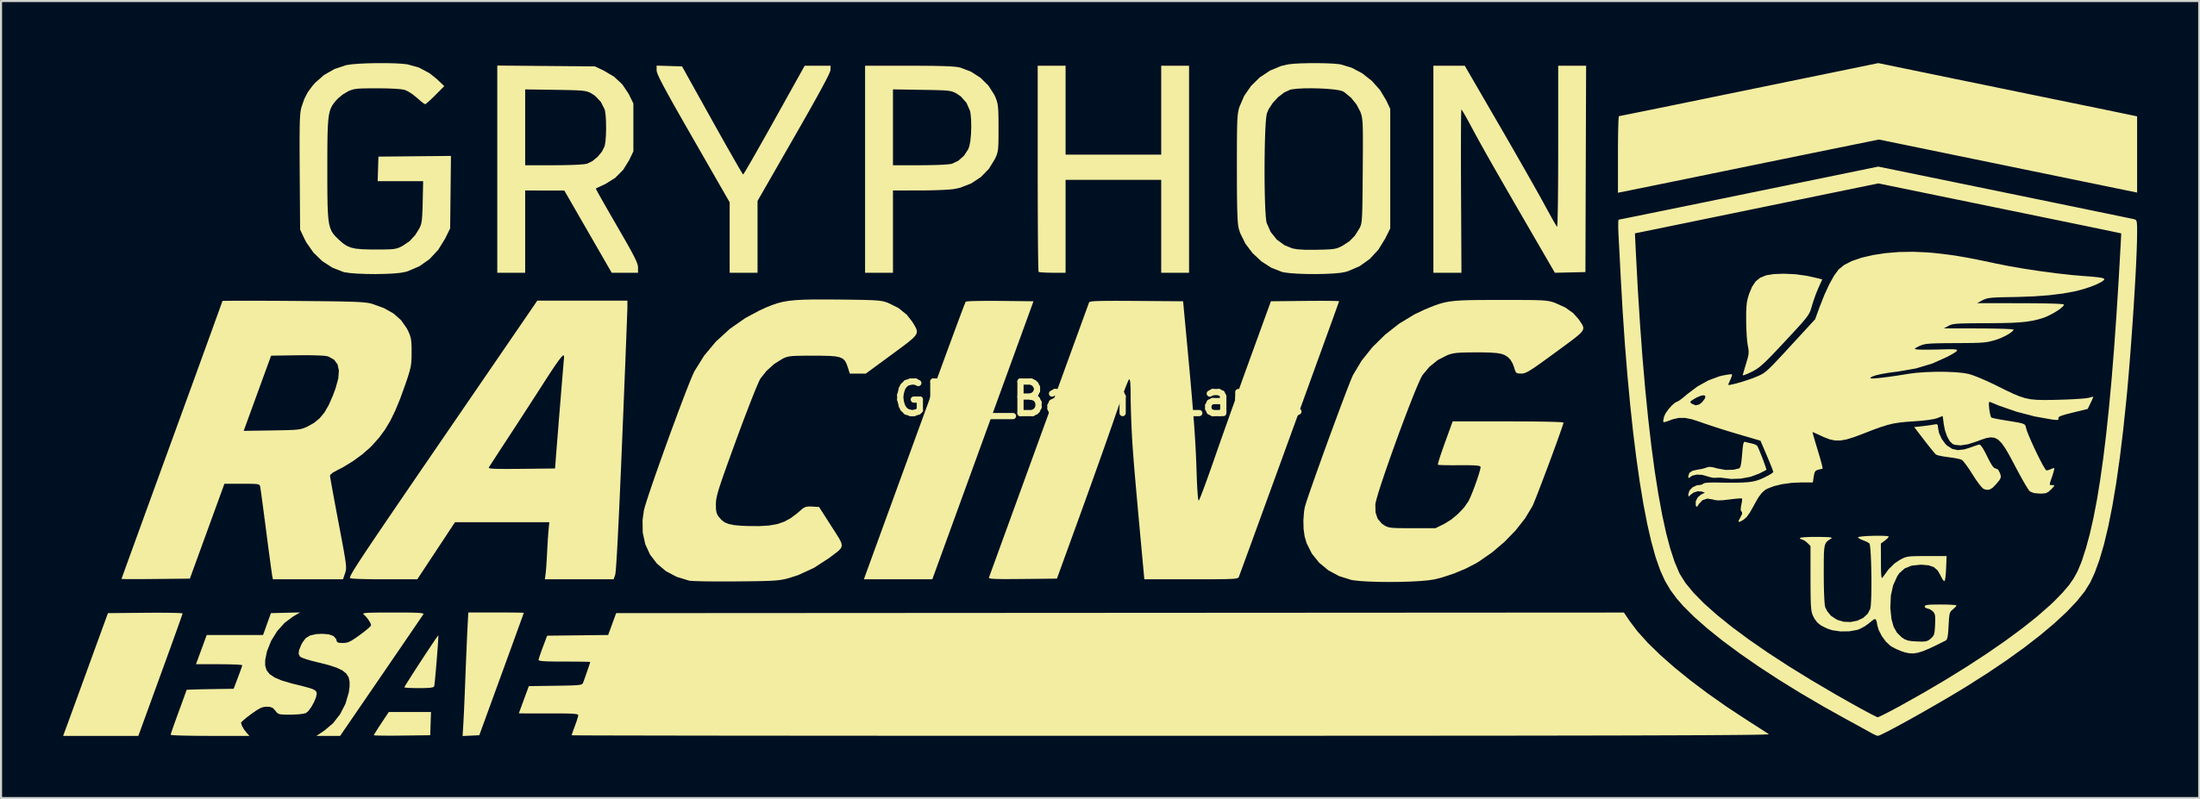
<source format=kicad_pcb>
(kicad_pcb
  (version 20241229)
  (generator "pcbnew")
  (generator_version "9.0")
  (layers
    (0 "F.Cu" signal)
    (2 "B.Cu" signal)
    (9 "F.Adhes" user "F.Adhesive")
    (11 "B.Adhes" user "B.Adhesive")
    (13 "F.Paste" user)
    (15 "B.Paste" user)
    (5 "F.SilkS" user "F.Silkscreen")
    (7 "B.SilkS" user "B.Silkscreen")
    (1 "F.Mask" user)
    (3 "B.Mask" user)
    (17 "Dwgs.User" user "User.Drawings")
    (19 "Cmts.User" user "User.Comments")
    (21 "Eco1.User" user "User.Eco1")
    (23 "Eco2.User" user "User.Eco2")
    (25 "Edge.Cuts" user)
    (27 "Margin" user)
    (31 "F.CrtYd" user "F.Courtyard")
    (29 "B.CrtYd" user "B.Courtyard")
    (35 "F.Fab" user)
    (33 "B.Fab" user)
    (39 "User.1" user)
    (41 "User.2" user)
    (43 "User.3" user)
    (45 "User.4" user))
  (footprint "GRC_BannerLarge"
    (layer "F.Cu")
    (at 50.092 16.226)
    (property "Reference" "GRC_BannerLarge" (at 0 0 0) (layer "F.SilkS") (effects (font (size 1.524 1.524) (thickness 0.3))))
    (attr board_only exclude_from_pos_files exclude_from_bom)
    (fp_poly (pts (xy -32.341 15.699) (xy -32.359 16.26) (xy -33.722 16.277) (xy -34.125 16.281) (xy -34.48 16.281) (xy -34.77 16.278) (xy -34.975 16.272) (xy -35.077 16.264) (xy -35.085 16.26) (xy -35.052 16.196) (xy -34.962 16.05) (xy -34.83 15.845) (xy -34.723 15.682) (xy -34.361 15.137) (xy -32.322 15.137)) (stroke (width 0) (type solid)) (fill yes) (layer "F.SilkS"))
    (fp_poly (pts (xy -1.668 -11.802) (xy 2.951 -11.802) (xy 2.951 -16.099) (xy 4.297 -16.099) (xy 4.297 -6.093) (xy 2.951 -6.093) (xy 2.951 -10.583) (xy -1.668 -10.583) (xy -1.668 -6.093) (xy -2.298 -6.093) (xy -2.571 -6.098) (xy -2.794 -6.109) (xy -2.937 -6.125) (xy -2.972 -6.136) (xy -2.979 -6.206) (xy -2.985 -6.393) (xy -2.991 -6.69) (xy -2.997 -7.085) (xy -3.002 -7.569) (xy -3.006 -8.131) (xy -3.009 -8.763) (xy -3.012 -9.454) (xy -3.014 -10.194) (xy -3.015 -10.973) (xy -3.015 -11.139) (xy -3.015 -16.099) (xy -1.668 -16.099)) (stroke (width 0) (type solid)) (fill yes) (layer "F.SilkS"))
    (fp_poly (pts (xy -45.238 10.34) (xy -44.877 10.344) (xy -44.594 10.35) (xy -44.404 10.36) (xy -44.323 10.371) (xy -44.322 10.373) (xy -44.343 10.441) (xy -44.404 10.618) (xy -44.501 10.892) (xy -44.629 11.251) (xy -44.784 11.683) (xy -44.962 12.176) (xy -45.159 12.719) (xy -45.37 13.3) (xy -45.391 13.357) (xy -46.459 16.292) (xy -50.092 16.292) (xy -49.933 15.859) (xy -49.876 15.705) (xy -49.781 15.445) (xy -49.654 15.096) (xy -49.499 14.673) (xy -49.324 14.191) (xy -49.132 13.665) (xy -48.93 13.112) (xy -48.851 12.892) (xy -47.928 10.359) (xy -46.125 10.342) (xy -45.659 10.339)) (stroke (width 0) (type solid)) (fill yes) (layer "F.SilkS"))
    (fp_poly (pts (xy -4.828 -4.732) (xy -3.218 -4.714) (xy -5.662 2.004) (xy -8.105 8.723) (xy -11.412 8.723) (xy -11.196 8.13) (xy -10.633 6.584) (xy -10.112 5.154) (xy -9.633 3.838) (xy -9.193 2.633) (xy -8.792 1.533) (xy -8.428 0.536) (xy -8.101 -0.361) (xy -7.807 -1.163) (xy -7.547 -1.872) (xy -7.319 -2.493) (xy -7.122 -3.029) (xy -6.954 -3.483) (xy -6.814 -3.859) (xy -6.701 -4.161) (xy -6.614 -4.392) (xy -6.551 -4.555) (xy -6.51 -4.655) (xy -6.491 -4.695) (xy -6.491 -4.696) (xy -6.414 -4.709) (xy -6.228 -4.721) (xy -5.949 -4.729) (xy -5.595 -4.733) (xy -5.185 -4.734)) (stroke (width 0) (type solid)) (fill yes) (layer "F.SilkS"))
    (fp_poly (pts (xy -31.967 11.501) (xy -31.976 11.671) (xy -31.992 11.921) (xy -32.015 12.227) (xy -32.041 12.564) (xy -32.069 12.908) (xy -32.098 13.236) (xy -32.124 13.523) (xy -32.147 13.745) (xy -32.164 13.879) (xy -32.169 13.903) (xy -32.225 13.941) (xy -32.373 13.967) (xy -32.626 13.98) (xy -32.903 13.983) (xy -33.186 13.98) (xy -33.416 13.971) (xy -33.565 13.959) (xy -33.61 13.946) (xy -33.577 13.882) (xy -33.486 13.732) (xy -33.348 13.514) (xy -33.176 13.244) (xy -32.981 12.942) (xy -32.775 12.626) (xy -32.57 12.314) (xy -32.377 12.023) (xy -32.209 11.772) (xy -32.077 11.578) (xy -31.993 11.461) (xy -31.969 11.434)) (stroke (width 0) (type solid)) (fill yes) (layer "F.SilkS"))
    (fp_poly (pts (xy -28.779 10.327) (xy -28.428 10.33) (xy -28.142 10.333) (xy -27.942 10.337) (xy -27.845 10.341) (xy -27.839 10.343) (xy -27.86 10.404) (xy -27.921 10.575) (xy -28.018 10.843) (xy -28.146 11.196) (xy -28.301 11.624) (xy -28.479 12.114) (xy -28.676 12.655) (xy -28.887 13.235) (xy -28.914 13.309) (xy -29.989 16.26) (xy -30.392 16.279) (xy -30.796 16.298) (xy -30.759 15.702) (xy -30.747 15.469) (xy -30.73 15.134) (xy -30.712 14.722) (xy -30.692 14.26) (xy -30.673 13.773) (xy -30.66 13.438) (xy -30.641 12.939) (xy -30.62 12.439) (xy -30.6 11.964) (xy -30.582 11.545) (xy -30.566 11.207) (xy -30.558 11.048) (xy -30.519 10.327) (xy -29.178 10.327)) (stroke (width 0) (type solid)) (fill yes) (layer "F.SilkS"))
    (fp_poly (pts (xy -20.809 -16.086) (xy -20.195 -16.067) (xy -18.741 -13.455) (xy -18.445 -12.926) (xy -18.168 -12.432) (xy -17.915 -11.986) (xy -17.693 -11.597) (xy -17.509 -11.277) (xy -17.369 -11.037) (xy -17.278 -10.889) (xy -17.244 -10.842) (xy -17.205 -10.896) (xy -17.111 -11.051) (xy -16.967 -11.296) (xy -16.779 -11.621) (xy -16.555 -12.014) (xy -16.3 -12.465) (xy -16.02 -12.962) (xy -15.737 -13.469) (xy -14.271 -16.099) (xy -13.646 -16.099) (xy -13.021 -16.099) (xy -13.021 -15.906) (xy -13.045 -15.816) (xy -13.12 -15.645) (xy -13.248 -15.389) (xy -13.431 -15.044) (xy -13.671 -14.605) (xy -13.97 -14.069) (xy -14.331 -13.431) (xy -14.756 -12.688) (xy -14.785 -12.638) (xy -16.548 -9.564) (xy -16.548 -6.093) (xy -17.895 -6.093) (xy -17.895 -9.498) (xy -19.659 -12.572) (xy -20.056 -13.265) (xy -20.393 -13.856) (xy -20.673 -14.353) (xy -20.901 -14.764) (xy -21.081 -15.097) (xy -21.219 -15.361) (xy -21.317 -15.563) (xy -21.381 -15.712) (xy -21.415 -15.816) (xy -21.423 -15.875) (xy -21.423 -16.104)) (stroke (width 0) (type solid)) (fill yes) (layer "F.SilkS"))
    (fp_poly (pts (xy 31.143 2.077) (xy 31.261 2.11) (xy 31.435 2.148) (xy 31.455 2.152) (xy 31.622 2.199) (xy 31.732 2.26) (xy 31.739 2.268) (xy 31.784 2.354) (xy 31.855 2.519) (xy 31.941 2.732) (xy 32.029 2.961) (xy 32.107 3.175) (xy 32.164 3.341) (xy 32.186 3.428) (xy 32.184 3.433) (xy 32.122 3.468) (xy 31.98 3.542) (xy 31.835 3.615) (xy 31.422 3.769) (xy 30.953 3.857) (xy 30.486 3.873) (xy 30.211 3.84) (xy 29.995 3.812) (xy 29.805 3.812) (xy 29.759 3.818) (xy 29.592 3.816) (xy 29.393 3.767) (xy 29.36 3.754) (xy 29.086 3.676) (xy 28.821 3.663) (xy 28.606 3.714) (xy 28.532 3.762) (xy 28.445 3.831) (xy 28.417 3.803) (xy 28.415 3.738) (xy 28.465 3.581) (xy 28.62 3.477) (xy 28.877 3.421) (xy 29.087 3.385) (xy 29.264 3.334) (xy 29.296 3.32) (xy 29.418 3.288) (xy 29.585 3.304) (xy 29.819 3.365) (xy 30.21 3.438) (xy 30.601 3.428) (xy 30.886 3.358) (xy 30.934 3.275) (xy 30.975 3.066) (xy 31.009 2.735) (xy 31.013 2.686) (xy 31.039 2.382) (xy 31.067 2.19) (xy 31.1 2.094) (xy 31.142 2.076)) (stroke (width 0) (type solid)) (fill yes) (layer "F.SilkS"))
    (fp_poly (pts (xy 33.036 -6.046) (xy 33.594 -6.021) (xy 34.134 -5.946) (xy 34.648 -5.831) (xy 34.884 -5.77) (xy 34.698 -5.359) (xy 34.578 -5.069) (xy 34.46 -4.736) (xy 34.385 -4.494) (xy 34.345 -4.355) (xy 34.303 -4.235) (xy 34.247 -4.12) (xy 34.168 -3.994) (xy 34.053 -3.845) (xy 33.893 -3.656) (xy 33.676 -3.415) (xy 33.391 -3.107) (xy 33.093 -2.786) (xy 32.731 -2.399) (xy 32.441 -2.094) (xy 32.209 -1.859) (xy 32.021 -1.682) (xy 31.864 -1.548) (xy 31.724 -1.446) (xy 31.586 -1.363) (xy 31.486 -1.311) (xy 31.278 -1.212) (xy 31.123 -1.15) (xy 31.048 -1.133) (xy 31.044 -1.138) (xy 31.062 -1.218) (xy 31.11 -1.388) (xy 31.179 -1.617) (xy 31.204 -1.7) (xy 31.283 -1.966) (xy 31.323 -2.156) (xy 31.329 -2.315) (xy 31.305 -2.487) (xy 31.288 -2.566) (xy 31.259 -2.766) (xy 31.234 -3.058) (xy 31.217 -3.401) (xy 31.209 -3.759) (xy 31.209 -3.784) (xy 31.21 -4.163) (xy 31.221 -4.447) (xy 31.245 -4.668) (xy 31.286 -4.861) (xy 31.346 -5.057) (xy 31.35 -5.07) (xy 31.494 -5.415) (xy 31.666 -5.673) (xy 31.886 -5.853) (xy 32.173 -5.969) (xy 32.546 -6.029) (xy 33.023 -6.046)) (stroke (width 0) (type solid)) (fill yes) (layer "F.SilkS"))
    (fp_poly (pts (xy 40.464 1.265) (xy 40.475 1.387) (xy 40.525 1.653) (xy 40.655 1.937) (xy 40.836 2.186) (xy 40.915 2.261) (xy 41.166 2.421) (xy 41.435 2.48) (xy 41.749 2.443) (xy 41.968 2.376) (xy 42.189 2.299) (xy 42.369 2.238) (xy 42.462 2.209) (xy 42.532 2.241) (xy 42.632 2.374) (xy 42.766 2.614) (xy 42.846 2.776) (xy 42.992 3.061) (xy 43.102 3.243) (xy 43.19 3.34) (xy 43.263 3.367) (xy 43.379 3.42) (xy 43.468 3.588) (xy 43.469 3.591) (xy 43.508 3.723) (xy 43.502 3.824) (xy 43.438 3.938) (xy 43.302 4.104) (xy 43.111 4.302) (xy 42.947 4.395) (xy 42.783 4.393) (xy 42.67 4.349) (xy 42.58 4.267) (xy 42.445 4.1) (xy 42.284 3.873) (xy 42.139 3.647) (xy 41.973 3.389) (xy 41.818 3.17) (xy 41.694 3.013) (xy 41.624 2.948) (xy 41.502 2.909) (xy 41.292 2.866) (xy 41.036 2.828) (xy 40.978 2.821) (xy 40.724 2.785) (xy 40.515 2.742) (xy 40.387 2.699) (xy 40.372 2.69) (xy 40.301 2.613) (xy 40.171 2.456) (xy 40 2.243) (xy 39.808 1.995) (xy 39.805 1.991) (xy 39.325 1.365) (xy 39.691 1.326) (xy 39.937 1.296) (xy 40.165 1.263) (xy 40.265 1.245) (xy 40.407 1.225)) (stroke (width 0) (type solid)) (fill yes) (layer "F.SilkS"))
    (fp_poly (pts (xy 19.224 -13.325) (xy 19.566 -12.735) (xy 19.908 -12.141) (xy 20.241 -11.559) (xy 20.556 -11.007) (xy 20.843 -10.501) (xy 21.093 -10.059) (xy 21.296 -9.695) (xy 21.424 -9.461) (xy 21.611 -9.119) (xy 21.779 -8.814) (xy 21.919 -8.566) (xy 22.02 -8.392) (xy 22.071 -8.311) (xy 22.072 -8.31) (xy 22.083 -8.36) (xy 22.093 -8.53) (xy 22.102 -8.811) (xy 22.11 -9.194) (xy 22.117 -9.669) (xy 22.122 -10.229) (xy 22.126 -10.864) (xy 22.128 -11.566) (xy 22.129 -12.174) (xy 22.129 -16.099) (xy 23.477 -16.099) (xy 23.46 -11.113) (xy 23.444 -6.126) (xy 22.706 -6.109) (xy 21.968 -6.092) (xy 21.01 -7.744) (xy 20.491 -8.64) (xy 20.032 -9.433) (xy 19.628 -10.133) (xy 19.276 -10.746) (xy 18.969 -11.283) (xy 18.704 -11.75) (xy 18.476 -12.156) (xy 18.279 -12.51) (xy 18.11 -12.82) (xy 17.963 -13.094) (xy 17.952 -13.113) (xy 17.791 -13.413) (xy 17.649 -13.669) (xy 17.538 -13.859) (xy 17.469 -13.967) (xy 17.453 -13.983) (xy 17.446 -13.921) (xy 17.441 -13.741) (xy 17.436 -13.455) (xy 17.433 -13.073) (xy 17.431 -12.607) (xy 17.43 -12.068) (xy 17.43 -11.466) (xy 17.432 -10.812) (xy 17.434 -10.118) (xy 17.435 -10.038) (xy 17.455 -6.093) (xy 16.099 -6.093) (xy 16.099 -16.099) (xy 17.615 -16.099)) (stroke (width 0) (type solid)) (fill yes) (layer "F.SilkS"))
    (fp_poly (pts (xy 39.593 -15.813) (xy 40.034 -15.723) (xy 40.581 -15.61) (xy 41.215 -15.479) (xy 41.918 -15.335) (xy 42.67 -15.181) (xy 43.452 -15.02) (xy 44.244 -14.857) (xy 45.028 -14.696) (xy 45.54 -14.591) (xy 46.242 -14.447) (xy 46.914 -14.309) (xy 47.544 -14.18) (xy 48.12 -14.062) (xy 48.63 -13.957) (xy 49.063 -13.867) (xy 49.407 -13.796) (xy 49.651 -13.746) (xy 49.782 -13.718) (xy 49.79 -13.717) (xy 50.094 -13.651) (xy 50.094 -9.968) (xy 43.857 -11.25) (xy 37.619 -12.532) (xy 35.182 -12.036) (xy 34.505 -11.898) (xy 33.741 -11.742) (xy 32.928 -11.576) (xy 32.102 -11.407) (xy 31.303 -11.244) (xy 30.568 -11.093) (xy 30.243 -11.026) (xy 29.623 -10.899) (xy 28.983 -10.768) (xy 28.346 -10.637) (xy 27.738 -10.513) (xy 27.184 -10.4) (xy 26.709 -10.303) (xy 26.378 -10.236) (xy 25.015 -9.96) (xy 25.015 -11.811) (xy 25.017 -12.283) (xy 25.021 -12.711) (xy 25.028 -13.079) (xy 25.037 -13.37) (xy 25.048 -13.568) (xy 25.06 -13.658) (xy 25.063 -13.662) (xy 25.132 -13.675) (xy 25.317 -13.712) (xy 25.611 -13.771) (xy 26.005 -13.851) (xy 26.491 -13.949) (xy 27.059 -14.065) (xy 27.702 -14.196) (xy 28.411 -14.341) (xy 29.178 -14.498) (xy 29.993 -14.666) (xy 30.849 -14.841) (xy 31.351 -14.944) (xy 37.59 -16.226)) (stroke (width 0) (type solid)) (fill yes) (layer "F.SilkS"))
    (fp_poly (pts (xy -33.67 10.329) (xy -33.289 10.333) (xy -33.012 10.341) (xy -32.827 10.353) (xy -32.722 10.371) (xy -32.685 10.394) (xy -32.688 10.407) (xy -32.732 10.474) (xy -32.842 10.636) (xy -33.011 10.885) (xy -33.232 11.209) (xy -33.499 11.6) (xy -33.804 12.047) (xy -34.142 12.54) (xy -34.504 13.07) (xy -34.723 13.39) (xy -36.712 16.292) (xy -37.858 16.292) (xy -37.469 16.032) (xy -37.055 15.682) (xy -36.711 15.242) (xy -36.453 14.738) (xy -36.294 14.196) (xy -36.258 13.94) (xy -36.254 13.676) (xy -36.301 13.459) (xy -36.413 13.28) (xy -36.601 13.129) (xy -36.878 12.996) (xy -37.256 12.872) (xy -37.749 12.747) (xy -37.796 12.736) (xy -38.099 12.66) (xy -38.362 12.582) (xy -38.556 12.512) (xy -38.65 12.461) (xy -38.714 12.335) (xy -38.697 12.153) (xy -38.595 11.9) (xy -38.527 11.77) (xy -38.375 11.569) (xy -38.166 11.441) (xy -37.876 11.374) (xy -37.587 11.358) (xy -37.258 11.384) (xy -37.029 11.467) (xy -36.908 11.603) (xy -36.893 11.659) (xy -36.862 11.749) (xy -36.781 11.791) (xy -36.613 11.802) (xy -36.583 11.802) (xy -36.436 11.793) (xy -36.3 11.756) (xy -36.144 11.677) (xy -35.938 11.542) (xy -35.754 11.41) (xy -35.53 11.24) (xy -35.351 11.093) (xy -35.24 10.986) (xy -35.214 10.945) (xy -35.255 10.824) (xy -35.356 10.662) (xy -35.483 10.505) (xy -35.572 10.424) (xy -35.598 10.395) (xy -35.583 10.372) (xy -35.511 10.355) (xy -35.37 10.343) (xy -35.146 10.336) (xy -34.827 10.331) (xy -34.398 10.329) (xy -34.168 10.329)) (stroke (width 0) (type solid)) (fill yes) (layer "F.SilkS"))
    (fp_poly (pts (xy -9.22 -16.099) (xy -8.576 -16.097) (xy -8.048 -16.092) (xy -7.624 -16.083) (xy -7.293 -16.071) (xy -7.042 -16.054) (xy -6.861 -16.031) (xy -6.757 -16.01) (xy -6.238 -15.812) (xy -5.779 -15.517) (xy -5.398 -15.142) (xy -5.113 -14.7) (xy -5.05 -14.56) (xy -4.997 -14.419) (xy -4.959 -14.28) (xy -4.934 -14.118) (xy -4.918 -13.909) (xy -4.91 -13.63) (xy -4.907 -13.255) (xy -4.907 -13.085) (xy -4.908 -12.677) (xy -4.912 -12.374) (xy -4.923 -12.151) (xy -4.942 -11.985) (xy -4.974 -11.851) (xy -5.019 -11.727) (xy -5.079 -11.596) (xy -5.371 -11.118) (xy -5.758 -10.72) (xy -6.224 -10.412) (xy -6.757 -10.204) (xy -7.057 -10.139) (xy -7.254 -10.117) (xy -7.551 -10.099) (xy -7.919 -10.084) (xy -8.328 -10.074) (xy -8.739 -10.071) (xy -10.006 -10.07) (xy -10.006 -6.093) (xy -11.353 -6.093) (xy -11.353 -14.956) (xy -10.006 -14.956) (xy -10.006 -11.289) (xy -8.707 -11.289) (xy -8.292 -11.293) (xy -7.907 -11.302) (xy -7.576 -11.316) (xy -7.323 -11.335) (xy -7.172 -11.356) (xy -7.163 -11.358) (xy -6.85 -11.506) (xy -6.577 -11.749) (xy -6.377 -12.053) (xy -6.318 -12.206) (xy -6.268 -12.46) (xy -6.236 -12.792) (xy -6.224 -13.156) (xy -6.232 -13.508) (xy -6.261 -13.804) (xy -6.287 -13.926) (xy -6.455 -14.305) (xy -6.723 -14.61) (xy -6.93 -14.753) (xy -7.029 -14.805) (xy -7.125 -14.845) (xy -7.238 -14.875) (xy -7.387 -14.896) (xy -7.591 -14.91) (xy -7.87 -14.92) (xy -8.243 -14.928) (xy -8.611 -14.934) (xy -10.006 -14.956) (xy -11.353 -14.956) (xy -11.353 -16.099)) (stroke (width 0) (type solid)) (fill yes) (layer "F.SilkS"))
    (fp_poly (pts (xy -26.763 -16.087) (xy -24.406 -16.067) (xy -23.977 -15.864) (xy -23.479 -15.569) (xy -23.083 -15.201) (xy -22.782 -14.753) (xy -22.754 -14.698) (xy -22.546 -14.274) (xy -22.546 -11.962) (xy -22.744 -11.545) (xy -23.04 -11.066) (xy -23.425 -10.678) (xy -23.896 -10.384) (xy -23.925 -10.37) (xy -24.132 -10.274) (xy -24.287 -10.2) (xy -24.36 -10.164) (xy -24.361 -10.163) (xy -24.335 -10.106) (xy -24.252 -9.952) (xy -24.119 -9.713) (xy -23.943 -9.404) (xy -23.733 -9.036) (xy -23.496 -8.624) (xy -23.351 -8.375) (xy -23.057 -7.865) (xy -22.822 -7.454) (xy -22.641 -7.127) (xy -22.508 -6.873) (xy -22.415 -6.68) (xy -22.358 -6.534) (xy -22.328 -6.424) (xy -22.321 -6.347) (xy -22.321 -6.093) (xy -23.593 -6.093) (xy -24.737 -8.079) (xy -25.881 -10.065) (xy -26.827 -10.067) (xy -27.773 -10.07) (xy -27.773 -6.093) (xy -29.12 -6.093) (xy -29.12 -14.955) (xy -27.773 -14.955) (xy -27.773 -11.289) (xy -26.41 -11.289) (xy -25.942 -11.293) (xy -25.526 -11.303) (xy -25.181 -11.318) (xy -24.927 -11.339) (xy -24.791 -11.361) (xy -24.532 -11.485) (xy -24.277 -11.693) (xy -24.066 -11.946) (xy -23.936 -12.206) (xy -23.932 -12.219) (xy -23.896 -12.429) (xy -23.873 -12.72) (xy -23.863 -13.053) (xy -23.868 -13.39) (xy -23.885 -13.693) (xy -23.916 -13.923) (xy -23.934 -13.989) (xy -24.117 -14.35) (xy -24.394 -14.643) (xy -24.586 -14.769) (xy -24.68 -14.815) (xy -24.779 -14.851) (xy -24.901 -14.878) (xy -25.064 -14.897) (xy -25.288 -14.911) (xy -25.59 -14.921) (xy -25.99 -14.929) (xy -26.314 -14.934) (xy -27.773 -14.955) (xy -29.12 -14.955) (xy -29.12 -16.107)) (stroke (width 0) (type solid)) (fill yes) (layer "F.SilkS"))
    (fp_poly (pts (xy -38.971 10.513) (xy -39.388 10.823) (xy -39.752 11.227) (xy -40.044 11.698) (xy -40.246 12.206) (xy -40.331 12.622) (xy -40.333 12.892) (xy -40.266 13.117) (xy -40.118 13.306) (xy -39.878 13.469) (xy -39.535 13.614) (xy -39.079 13.75) (xy -38.902 13.795) (xy -38.514 13.89) (xy -38.234 13.966) (xy -38.045 14.028) (xy -37.929 14.086) (xy -37.868 14.146) (xy -37.846 14.216) (xy -37.843 14.262) (xy -37.879 14.437) (xy -37.972 14.659) (xy -38.097 14.885) (xy -38.232 15.074) (xy -38.354 15.183) (xy -38.357 15.185) (xy -38.498 15.222) (xy -38.732 15.25) (xy -39.021 15.264) (xy -39.108 15.265) (xy -39.387 15.264) (xy -39.568 15.254) (xy -39.682 15.227) (xy -39.758 15.176) (xy -39.828 15.092) (xy -39.842 15.073) (xy -39.962 14.944) (xy -40.103 14.889) (xy -40.253 14.881) (xy -40.402 14.893) (xy -40.549 14.941) (xy -40.724 15.039) (xy -40.96 15.202) (xy -41.01 15.238) (xy -41.222 15.399) (xy -41.388 15.537) (xy -41.484 15.632) (xy -41.499 15.659) (xy -41.459 15.797) (xy -41.355 15.979) (xy -41.224 16.148) (xy -41.092 16.292) (xy -42.996 16.292) (xy -43.475 16.29) (xy -43.91 16.285) (xy -44.285 16.278) (xy -44.584 16.268) (xy -44.792 16.257) (xy -44.892 16.244) (xy -44.899 16.239) (xy -44.878 16.164) (xy -44.819 15.99) (xy -44.731 15.736) (xy -44.619 15.424) (xy -44.514 15.137) (xy -44.389 14.795) (xy -44.281 14.498) (xy -44.197 14.265) (xy -44.144 14.115) (xy -44.129 14.069) (xy -44.069 14.062) (xy -43.9 14.054) (xy -43.644 14.046) (xy -43.321 14.038) (xy -42.993 14.032) (xy -41.856 14.015) (xy -41.649 13.47) (xy -41.557 13.224) (xy -41.485 13.024) (xy -41.444 12.9) (xy -41.439 12.876) (xy -41.498 12.861) (xy -41.666 12.847) (xy -41.92 12.837) (xy -42.242 12.83) (xy -42.555 12.828) (xy -43.675 12.828) (xy -43.516 12.395) (xy -43.418 12.13) (xy -43.322 11.869) (xy -43.257 11.69) (xy -43.157 11.417) (xy -40.435 11.417) (xy -40.245 10.888) (xy -40.055 10.359) (xy -39.35 10.342) (xy -38.645 10.325)) (stroke (width 0) (type solid)) (fill yes) (layer "F.SilkS"))
    (fp_poly (pts (xy -22.835 -4.442) (xy -22.837 -4.335) (xy -22.845 -4.109) (xy -22.857 -3.774) (xy -22.874 -3.339) (xy -22.894 -2.812) (xy -22.918 -2.204) (xy -22.945 -1.523) (xy -22.975 -0.78) (xy -23.007 0.018) (xy -23.041 0.86) (xy -23.077 1.738) (xy -23.091 2.08) (xy -23.14 3.25) (xy -23.186 4.307) (xy -23.228 5.251) (xy -23.268 6.079) (xy -23.303 6.789) (xy -23.335 7.38) (xy -23.364 7.849) (xy -23.388 8.196) (xy -23.409 8.418) (xy -23.425 8.51) (xy -23.502 8.723) (xy -26.822 8.723) (xy -26.788 8.483) (xy -26.771 8.322) (xy -26.751 8.07) (xy -26.732 7.762) (xy -26.716 7.472) (xy -26.698 7.128) (xy -26.678 6.789) (xy -26.657 6.501) (xy -26.643 6.334) (xy -26.606 5.965) (xy -31.163 5.965) (xy -32.074 7.344) (xy -32.984 8.723) (xy -34.612 8.723) (xy -35.102 8.721) (xy -35.52 8.714) (xy -35.854 8.704) (xy -36.092 8.69) (xy -36.22 8.674) (xy -36.24 8.663) (xy -36.234 8.626) (xy -36.216 8.572) (xy -36.18 8.497) (xy -36.124 8.394) (xy -36.044 8.259) (xy -35.935 8.085) (xy -35.795 7.867) (xy -35.62 7.6) (xy -35.407 7.278) (xy -35.15 6.896) (xy -34.848 6.449) (xy -34.496 5.93) (xy -34.091 5.335) (xy -33.628 4.657) (xy -33.105 3.892) (xy -32.714 3.32) (xy -29.531 3.32) (xy -29.522 3.346) (xy -29.455 3.365) (xy -29.317 3.378) (xy -29.097 3.386) (xy -28.781 3.389) (xy -28.359 3.388) (xy -27.954 3.385) (xy -26.33 3.367) (xy -26.283 2.758) (xy -26.255 2.403) (xy -26.222 1.985) (xy -26.184 1.52) (xy -26.145 1.025) (xy -26.103 0.518) (xy -26.062 0.014) (xy -26.023 -0.469) (xy -25.986 -0.913) (xy -25.954 -1.304) (xy -25.927 -1.623) (xy -25.908 -1.853) (xy -25.896 -1.979) (xy -25.895 -1.995) (xy -25.896 -2.086) (xy -25.936 -2.097) (xy -26.02 -2.023) (xy -26.152 -1.858) (xy -26.336 -1.597) (xy -26.577 -1.235) (xy -26.803 -0.886) (xy -27.076 -0.461) (xy -27.396 0.035) (xy -27.741 0.568) (xy -28.088 1.103) (xy -28.414 1.603) (xy -28.54 1.796) (xy -28.792 2.182) (xy -29.023 2.535) (xy -29.221 2.841) (xy -29.379 3.083) (xy -29.485 3.248) (xy -29.531 3.32) (xy -32.714 3.32) (xy -32.517 3.033) (xy -31.862 2.076) (xy -31.654 1.773) (xy -27.186 -4.746) (xy -22.834 -4.746)) (stroke (width 0) (type solid)) (fill yes) (layer "F.SilkS"))
    (fp_poly (pts (xy 25.584 10.746) (xy 25.964 11.248) (xy 26.455 11.792) (xy 27.046 12.369) (xy 27.73 12.973) (xy 28.497 13.596) (xy 29.339 14.23) (xy 30.246 14.869) (xy 31.073 15.415) (xy 31.415 15.636) (xy 31.727 15.836) (xy 31.99 16.005) (xy 32.185 16.131) (xy 32.294 16.201) (xy 32.305 16.208) (xy 32.288 16.214) (xy 32.215 16.22) (xy 32.084 16.226) (xy 31.891 16.231) (xy 31.634 16.237) (xy 31.31 16.241) (xy 30.917 16.246) (xy 30.451 16.25) (xy 29.91 16.254) (xy 29.291 16.258) (xy 28.592 16.261) (xy 27.809 16.264) (xy 26.94 16.267) (xy 25.982 16.27) (xy 24.932 16.273) (xy 23.788 16.275) (xy 22.547 16.277) (xy 21.205 16.279) (xy 19.762 16.281) (xy 18.212 16.282) (xy 16.555 16.283) (xy 14.786 16.285) (xy 12.904 16.286) (xy 10.906 16.286) (xy 8.788 16.287) (xy 6.548 16.288) (xy 4.184 16.288) (xy 3.448 16.288) (xy 1.527 16.288) (xy -0.362 16.288) (xy -2.214 16.288) (xy -4.025 16.288) (xy -5.792 16.288) (xy -7.51 16.287) (xy -9.175 16.287) (xy -10.783 16.286) (xy -12.331 16.285) (xy -13.814 16.284) (xy -15.227 16.283) (xy -16.568 16.282) (xy -17.832 16.281) (xy -19.015 16.28) (xy -20.113 16.278) (xy -21.121 16.277) (xy -22.037 16.275) (xy -22.855 16.274) (xy -23.572 16.272) (xy -24.184 16.27) (xy -24.686 16.269) (xy -25.075 16.267) (xy -25.347 16.265) (xy -25.497 16.263) (xy -25.528 16.261) (xy -25.507 16.19) (xy -25.452 16.033) (xy -25.374 15.821) (xy -25.368 15.805) (xy -25.288 15.58) (xy -25.23 15.397) (xy -25.208 15.293) (xy -25.208 15.291) (xy -25.23 15.261) (xy -25.305 15.238) (xy -25.45 15.222) (xy -25.677 15.212) (xy -26.003 15.207) (xy -26.44 15.206) (xy -26.474 15.206) (xy -26.876 15.207) (xy -27.242 15.207) (xy -27.551 15.206) (xy -27.78 15.206) (xy -27.905 15.205) (xy -27.91 15.205) (xy -28.079 15.202) (xy -27.838 14.544) (xy -27.596 13.887) (xy -26.312 13.869) (xy -25.872 13.862) (xy -25.542 13.854) (xy -25.308 13.843) (xy -25.151 13.827) (xy -25.056 13.804) (xy -25.004 13.774) (xy -24.983 13.741) (xy -24.939 13.626) (xy -24.874 13.443) (xy -24.798 13.227) (xy -24.725 13.014) (xy -24.666 12.837) (xy -24.633 12.734) (xy -24.63 12.721) (xy -24.691 12.714) (xy -24.861 12.709) (xy -25.12 12.704) (xy -25.449 12.701) (xy -25.829 12.7) (xy -25.881 12.7) (xy -26.333 12.698) (xy -26.67 12.692) (xy -26.904 12.68) (xy -27.049 12.663) (xy -27.118 12.638) (xy -27.127 12.62) (xy -27.103 12.527) (xy -27.044 12.347) (xy -26.96 12.11) (xy -26.916 11.994) (xy -26.711 11.449) (xy -25.238 11.432) (xy -23.764 11.415) (xy -23.571 10.887) (xy -23.378 10.359) (xy 25.304 10.331)) (stroke (width 0) (type solid)) (fill yes) (layer "F.SilkS"))
    (fp_poly (pts (xy -34.486 -16.225) (xy -34.068 -16.215) (xy -33.71 -16.194) (xy -33.461 -16.166) (xy -32.903 -16.011) (xy -32.391 -15.737) (xy -32.036 -15.45) (xy -31.681 -15.114) (xy -32.114 -14.677) (xy -32.307 -14.488) (xy -32.468 -14.341) (xy -32.576 -14.254) (xy -32.605 -14.239) (xy -32.678 -14.28) (xy -32.814 -14.386) (xy -32.987 -14.536) (xy -32.999 -14.547) (xy -33.21 -14.718) (xy -33.429 -14.858) (xy -33.593 -14.932) (xy -33.766 -14.963) (xy -34.048 -14.986) (xy -34.419 -15.002) (xy -34.859 -15.008) (xy -34.932 -15.008) (xy -35.336 -15.007) (xy -35.636 -15.001) (xy -35.856 -14.989) (xy -36.02 -14.967) (xy -36.152 -14.934) (xy -36.276 -14.886) (xy -36.34 -14.857) (xy -36.58 -14.712) (xy -36.815 -14.519) (xy -36.902 -14.427) (xy -37.005 -14.303) (xy -37.09 -14.182) (xy -37.158 -14.051) (xy -37.212 -13.898) (xy -37.254 -13.709) (xy -37.284 -13.47) (xy -37.305 -13.169) (xy -37.319 -12.792) (xy -37.326 -12.327) (xy -37.33 -11.759) (xy -37.33 -11.087) (xy -37.33 -10.404) (xy -37.326 -9.835) (xy -37.318 -9.368) (xy -37.302 -8.99) (xy -37.278 -8.688) (xy -37.241 -8.448) (xy -37.191 -8.258) (xy -37.125 -8.103) (xy -37.041 -7.972) (xy -36.937 -7.85) (xy -36.81 -7.725) (xy -36.763 -7.681) (xy -36.575 -7.517) (xy -36.395 -7.396) (xy -36.198 -7.312) (xy -35.961 -7.259) (xy -35.658 -7.23) (xy -35.266 -7.218) (xy -34.989 -7.217) (xy -34.615 -7.218) (xy -34.342 -7.224) (xy -34.145 -7.238) (xy -33.998 -7.264) (xy -33.875 -7.305) (xy -33.748 -7.364) (xy -33.699 -7.39) (xy -33.356 -7.62) (xy -33.078 -7.924) (xy -32.886 -8.235) (xy -32.832 -8.35) (xy -32.792 -8.476) (xy -32.765 -8.637) (xy -32.746 -8.856) (xy -32.733 -9.158) (xy -32.723 -9.509) (xy -32.701 -10.519) (xy -34.898 -10.519) (xy -34.861 -11.706) (xy -33.109 -11.723) (xy -31.358 -11.74) (xy -31.377 -9.987) (xy -31.397 -8.235) (xy -31.643 -7.737) (xy -31.976 -7.198) (xy -32.392 -6.753) (xy -32.883 -6.407) (xy -33.441 -6.168) (xy -33.58 -6.128) (xy -33.822 -6.086) (xy -34.16 -6.055) (xy -34.564 -6.037) (xy -35.002 -6.029) (xy -35.445 -6.034) (xy -35.861 -6.05) (xy -36.22 -6.077) (xy -36.492 -6.116) (xy -36.554 -6.131) (xy -37.088 -6.339) (xy -37.576 -6.656) (xy -38 -7.067) (xy -38.342 -7.555) (xy -38.439 -7.743) (xy -38.645 -8.178) (xy -38.664 -10.959) (xy -38.668 -11.645) (xy -38.67 -12.216) (xy -38.669 -12.683) (xy -38.666 -13.06) (xy -38.66 -13.36) (xy -38.65 -13.594) (xy -38.636 -13.775) (xy -38.619 -13.916) (xy -38.596 -14.03) (xy -38.578 -14.1) (xy -38.442 -14.494) (xy -38.275 -14.819) (xy -38.044 -15.131) (xy -37.914 -15.279) (xy -37.489 -15.652) (xy -36.985 -15.939) (xy -36.426 -16.125) (xy -36.385 -16.134) (xy -36.136 -16.17) (xy -35.79 -16.197) (xy -35.378 -16.216) (xy -34.933 -16.225)) (stroke (width 0) (type solid)) (fill yes) (layer "F.SilkS"))
    (fp_poly (pts (xy 10.908 -16.217) (xy 11.265 -16.201) (xy 11.542 -16.175) (xy 11.617 -16.164) (xy 12.154 -16.002) (xy 12.665 -15.73) (xy 13.129 -15.365) (xy 13.521 -14.925) (xy 13.818 -14.432) (xy 14.015 -14.015) (xy 14.015 -8.236) (xy 13.774 -7.749) (xy 13.44 -7.206) (xy 13.025 -6.758) (xy 12.535 -6.41) (xy 11.979 -6.17) (xy 11.832 -6.128) (xy 11.591 -6.086) (xy 11.254 -6.056) (xy 10.85 -6.037) (xy 10.409 -6.029) (xy 9.962 -6.033) (xy 9.538 -6.048) (xy 9.169 -6.074) (xy 8.883 -6.111) (xy 8.789 -6.132) (xy 8.272 -6.334) (xy 7.791 -6.643) (xy 7.367 -7.038) (xy 7.019 -7.498) (xy 6.769 -8.003) (xy 6.696 -8.233) (xy 6.672 -8.353) (xy 6.653 -8.526) (xy 6.637 -8.762) (xy 6.626 -9.074) (xy 6.617 -9.472) (xy 6.611 -9.967) (xy 6.608 -10.57) (xy 6.608 -10.995) (xy 7.944 -10.995) (xy 7.946 -10.465) (xy 7.954 -9.96) (xy 7.966 -9.498) (xy 7.983 -9.099) (xy 8.005 -8.781) (xy 8.032 -8.563) (xy 8.045 -8.503) (xy 8.241 -8.062) (xy 8.533 -7.698) (xy 8.908 -7.424) (xy 9.287 -7.27) (xy 9.534 -7.226) (xy 9.895 -7.204) (xy 10.376 -7.202) (xy 10.487 -7.204) (xy 10.849 -7.213) (xy 11.11 -7.225) (xy 11.299 -7.246) (xy 11.445 -7.279) (xy 11.574 -7.33) (xy 11.716 -7.403) (xy 11.727 -7.409) (xy 12.052 -7.623) (xy 12.306 -7.885) (xy 12.527 -8.235) (xy 12.562 -8.305) (xy 12.592 -8.379) (xy 12.615 -8.468) (xy 12.634 -8.587) (xy 12.648 -8.749) (xy 12.659 -8.966) (xy 12.668 -9.252) (xy 12.674 -9.619) (xy 12.679 -10.082) (xy 12.684 -10.653) (xy 12.687 -11.007) (xy 12.691 -11.642) (xy 12.694 -12.163) (xy 12.694 -12.583) (xy 12.692 -12.915) (xy 12.686 -13.173) (xy 12.676 -13.372) (xy 12.661 -13.524) (xy 12.642 -13.643) (xy 12.616 -13.742) (xy 12.585 -13.836) (xy 12.572 -13.872) (xy 12.388 -14.224) (xy 12.123 -14.551) (xy 11.815 -14.807) (xy 11.725 -14.861) (xy 11.568 -14.91) (xy 11.31 -14.95) (xy 10.982 -14.981) (xy 10.611 -15.001) (xy 10.225 -15.01) (xy 9.854 -15.006) (xy 9.525 -14.989) (xy 9.267 -14.958) (xy 9.179 -14.939) (xy 8.891 -14.806) (xy 8.6 -14.582) (xy 8.339 -14.3) (xy 8.139 -13.994) (xy 8.055 -13.79) (xy 8.026 -13.622) (xy 8.001 -13.345) (xy 7.98 -12.978) (xy 7.964 -12.541) (xy 7.953 -12.052) (xy 7.946 -11.53) (xy 7.944 -10.995) (xy 6.608 -10.995) (xy 6.607 -11.139) (xy 6.608 -11.79) (xy 6.609 -12.327) (xy 6.612 -12.762) (xy 6.618 -13.11) (xy 6.626 -13.384) (xy 6.638 -13.597) (xy 6.654 -13.764) (xy 6.675 -13.897) (xy 6.701 -14.011) (xy 6.728 -14.105) (xy 6.96 -14.643) (xy 7.295 -15.126) (xy 7.715 -15.537) (xy 8.203 -15.862) (xy 8.741 -16.086) (xy 9.083 -16.165) (xy 9.34 -16.194) (xy 9.685 -16.213) (xy 10.083 -16.223) (xy 10.502 -16.225)) (stroke (width 0) (type solid)) (fill yes) (layer "F.SilkS"))
    (fp_poly (pts (xy -12.684 -4.798) (xy -12.11 -4.792) (xy -11.648 -4.785) (xy -11.283 -4.777) (xy -10.999 -4.767) (xy -10.782 -4.753) (xy -10.615 -4.735) (xy -10.483 -4.712) (xy -10.37 -4.681) (xy -10.261 -4.644) (xy -10.243 -4.637) (xy -9.742 -4.39) (xy -9.338 -4.064) (xy -9.071 -3.72) (xy -8.963 -3.544) (xy -8.886 -3.401) (xy -8.85 -3.279) (xy -8.863 -3.164) (xy -8.934 -3.042) (xy -9.071 -2.9) (xy -9.282 -2.724) (xy -9.576 -2.5) (xy -9.962 -2.216) (xy -10.069 -2.137) (xy -11.318 -1.219) (xy -12.091 -1.219) (xy -12.187 -1.519) (xy -12.252 -1.701) (xy -12.327 -1.839) (xy -12.429 -1.939) (xy -12.576 -2.008) (xy -12.785 -2.051) (xy -13.074 -2.074) (xy -13.46 -2.083) (xy -13.843 -2.085) (xy -14.269 -2.084) (xy -14.587 -2.079) (xy -14.822 -2.07) (xy -14.993 -2.052) (xy -15.124 -2.025) (xy -15.236 -1.986) (xy -15.34 -1.937) (xy -15.739 -1.687) (xy -16.111 -1.354) (xy -16.407 -0.982) (xy -16.41 -0.978) (xy -16.473 -0.853) (xy -16.575 -0.622) (xy -16.708 -0.299) (xy -16.868 0.104) (xy -17.048 0.57) (xy -17.245 1.086) (xy -17.451 1.639) (xy -17.58 1.99) (xy -17.816 2.637) (xy -18.011 3.177) (xy -18.169 3.621) (xy -18.294 3.981) (xy -18.389 4.27) (xy -18.459 4.499) (xy -18.507 4.682) (xy -18.537 4.829) (xy -18.554 4.954) (xy -18.56 5.069) (xy -18.561 5.078) (xy -18.556 5.339) (xy -18.525 5.517) (xy -18.457 5.655) (xy -18.434 5.687) (xy -18.293 5.852) (xy -18.138 5.97) (xy -17.942 6.052) (xy -17.684 6.104) (xy -17.338 6.135) (xy -17.035 6.148) (xy -16.462 6.153) (xy -15.991 6.124) (xy -15.597 6.054) (xy -15.255 5.937) (xy -14.941 5.765) (xy -14.631 5.531) (xy -14.506 5.422) (xy -14.342 5.284) (xy -14.207 5.219) (xy -14.043 5.203) (xy -13.912 5.208) (xy -13.576 5.228) (xy -12.982 6.157) (xy -12.758 6.504) (xy -12.599 6.761) (xy -12.504 6.951) (xy -12.477 7.096) (xy -12.52 7.22) (xy -12.633 7.344) (xy -12.819 7.491) (xy -13.079 7.685) (xy -13.103 7.703) (xy -13.821 8.169) (xy -14.583 8.52) (xy -15.049 8.67) (xy -15.202 8.709) (xy -15.353 8.74) (xy -15.52 8.765) (xy -15.719 8.784) (xy -15.968 8.798) (xy -16.283 8.808) (xy -16.681 8.816) (xy -17.179 8.822) (xy -17.575 8.826) (xy -18.084 8.828) (xy -18.563 8.828) (xy -18.993 8.824) (xy -19.356 8.816) (xy -19.635 8.807) (xy -19.812 8.795) (xy -19.852 8.789) (xy -20.459 8.603) (xy -20.979 8.326) (xy -21.408 7.965) (xy -21.741 7.53) (xy -21.971 7.028) (xy -22.093 6.468) (xy -22.103 5.857) (xy -22.038 5.396) (xy -21.992 5.218) (xy -21.905 4.935) (xy -21.783 4.563) (xy -21.632 4.118) (xy -21.458 3.614) (xy -21.265 3.068) (xy -21.06 2.494) (xy -20.848 1.907) (xy -20.635 1.325) (xy -20.426 0.76) (xy -20.227 0.23) (xy -20.044 -0.25) (xy -19.881 -0.666) (xy -19.745 -1.002) (xy -19.641 -1.242) (xy -19.597 -1.333) (xy -19.13 -2.083) (xy -18.558 -2.767) (xy -17.891 -3.377) (xy -17.14 -3.903) (xy -16.46 -4.267) (xy -16.149 -4.409) (xy -15.869 -4.524) (xy -15.601 -4.616) (xy -15.328 -4.686) (xy -15.031 -4.737) (xy -14.692 -4.771) (xy -14.295 -4.792) (xy -13.82 -4.802) (xy -13.25 -4.802)) (stroke (width 0) (type solid)) (fill yes) (layer "F.SilkS"))
    (fp_poly (pts (xy 1.288 -4.734) (xy 1.755 -4.731) (xy 4.009 -4.714) (xy 4.213 -2.534) (xy 4.3 -1.593) (xy 4.375 -0.766) (xy 4.438 -0.037) (xy 4.492 0.609) (xy 4.536 1.184) (xy 4.573 1.705) (xy 4.602 2.185) (xy 4.626 2.64) (xy 4.645 3.083) (xy 4.66 3.53) (xy 4.661 3.546) (xy 4.677 3.992) (xy 4.696 4.366) (xy 4.717 4.655) (xy 4.738 4.845) (xy 4.759 4.922) (xy 4.763 4.923) (xy 4.798 4.859) (xy 4.869 4.689) (xy 4.97 4.426) (xy 5.097 4.084) (xy 5.244 3.677) (xy 5.405 3.221) (xy 5.523 2.884) (xy 5.702 2.369) (xy 5.917 1.759) (xy 6.157 1.083) (xy 6.412 0.365) (xy 6.674 -0.366) (xy 6.933 -1.086) (xy 7.179 -1.766) (xy 7.236 -1.924) (xy 8.25 -4.714) (xy 9.898 -4.732) (xy 10.343 -4.735) (xy 10.742 -4.736) (xy 11.078 -4.734) (xy 11.336 -4.73) (xy 11.497 -4.723) (xy 11.545 -4.716) (xy 11.524 -4.654) (xy 11.462 -4.481) (xy 11.363 -4.206) (xy 11.231 -3.839) (xy 11.068 -3.389) (xy 10.878 -2.865) (xy 10.665 -2.277) (xy 10.431 -1.634) (xy 10.182 -0.946) (xy 9.919 -0.221) (xy 9.646 0.53) (xy 9.367 1.298) (xy 9.084 2.074) (xy 8.803 2.849) (xy 8.525 3.613) (xy 8.254 4.356) (xy 7.994 5.07) (xy 7.748 5.745) (xy 7.52 6.372) (xy 7.313 6.941) (xy 7.13 7.442) (xy 6.974 7.868) (xy 6.85 8.207) (xy 6.76 8.451) (xy 6.709 8.59) (xy 6.701 8.611) (xy 6.681 8.641) (xy 6.641 8.665) (xy 6.567 8.684) (xy 6.446 8.698) (xy 6.266 8.708) (xy 6.014 8.716) (xy 5.678 8.72) (xy 5.245 8.722) (xy 4.702 8.723) (xy 4.397 8.723) (xy 2.136 8.723) (xy 2.064 7.938) (xy 1.976 6.985) (xy 1.899 6.15) (xy 1.833 5.421) (xy 1.776 4.789) (xy 1.727 4.242) (xy 1.686 3.769) (xy 1.651 3.362) (xy 1.623 3.008) (xy 1.599 2.697) (xy 1.578 2.419) (xy 1.561 2.163) (xy 1.546 1.919) (xy 1.541 1.837) (xy 1.518 1.386) (xy 1.499 0.904) (xy 1.484 0.436) (xy 1.476 0.028) (xy 1.475 -0.141) (xy 1.471 -0.513) (xy 1.459 -0.766) (xy 1.437 -0.908) (xy 1.405 -0.949) (xy 1.403 -0.949) (xy 1.365 -0.884) (xy 1.291 -0.713) (xy 1.189 -0.451) (xy 1.064 -0.114) (xy 0.921 0.283) (xy 0.767 0.725) (xy 0.729 0.837) (xy 0.579 1.27) (xy 0.393 1.801) (xy 0.179 2.41) (xy -0.056 3.072) (xy -0.304 3.768) (xy -0.557 4.473) (xy -0.807 5.167) (xy -0.98 5.644) (xy -2.086 8.691) (xy -3.744 8.708) (xy -4.265 8.712) (xy -4.669 8.713) (xy -4.97 8.708) (xy -5.178 8.699) (xy -5.305 8.685) (xy -5.365 8.664) (xy -5.372 8.644) (xy -5.346 8.574) (xy -5.28 8.391) (xy -5.175 8.104) (xy -5.035 7.719) (xy -4.863 7.245) (xy -4.661 6.69) (xy -4.432 6.062) (xy -4.18 5.368) (xy -3.906 4.616) (xy -3.615 3.815) (xy -3.308 2.971) (xy -2.989 2.093) (xy -2.951 1.988) (xy -2.63 1.107) (xy -2.322 0.259) (xy -2.028 -0.548) (xy -1.753 -1.306) (xy -1.498 -2.007) (xy -1.266 -2.643) (xy -1.061 -3.207) (xy -0.885 -3.691) (xy -0.741 -4.087) (xy -0.632 -4.386) (xy -0.561 -4.581) (xy -0.53 -4.665) (xy -0.529 -4.667) (xy -0.495 -4.689) (xy -0.403 -4.707) (xy -0.243 -4.72) (xy -0.004 -4.729) (xy 0.324 -4.734) (xy 0.751 -4.736)) (stroke (width 0) (type solid)) (fill yes) (layer "F.SilkS"))
    (fp_poly (pts (xy -40.512 -4.739) (xy -39.927 -4.737) (xy -39.297 -4.733) (xy -38.982 -4.731) (xy -38.216 -4.724) (xy -37.567 -4.718) (xy -37.024 -4.711) (xy -36.576 -4.703) (xy -36.211 -4.694) (xy -35.919 -4.683) (xy -35.689 -4.67) (xy -35.508 -4.654) (xy -35.367 -4.635) (xy -35.254 -4.614) (xy -35.182 -4.595) (xy -34.605 -4.389) (xy -34.137 -4.127) (xy -33.769 -3.802) (xy -33.491 -3.406) (xy -33.427 -3.281) (xy -33.348 -3.098) (xy -33.298 -2.931) (xy -33.271 -2.741) (xy -33.26 -2.49) (xy -33.259 -2.245) (xy -33.262 -1.972) (xy -33.275 -1.753) (xy -33.303 -1.553) (xy -33.354 -1.338) (xy -33.434 -1.075) (xy -33.55 -0.73) (xy -33.57 -0.673) (xy -33.814 0.003) (xy -34.05 0.574) (xy -34.287 1.06) (xy -34.539 1.482) (xy -34.817 1.861) (xy -35.132 2.218) (xy -35.269 2.358) (xy -35.642 2.685) (xy -36.087 3.01) (xy -36.554 3.297) (xy -36.867 3.459) (xy -37.064 3.567) (xy -37.181 3.667) (xy -37.201 3.715) (xy -37.19 3.8) (xy -37.156 3.996) (xy -37.105 4.287) (xy -37.037 4.658) (xy -36.956 5.095) (xy -36.865 5.58) (xy -36.789 5.983) (xy -36.679 6.563) (xy -36.591 7.032) (xy -36.524 7.403) (xy -36.476 7.69) (xy -36.444 7.908) (xy -36.428 8.07) (xy -36.425 8.191) (xy -36.434 8.284) (xy -36.452 8.365) (xy -36.475 8.436) (xy -36.573 8.723) (xy -39.958 8.723) (xy -39.989 8.579) (xy -40.004 8.481) (xy -40.034 8.273) (xy -40.075 7.971) (xy -40.126 7.591) (xy -40.185 7.151) (xy -40.248 6.666) (xy -40.281 6.414) (xy -40.346 5.913) (xy -40.407 5.449) (xy -40.462 5.037) (xy -40.508 4.694) (xy -40.544 4.437) (xy -40.567 4.283) (xy -40.573 4.249) (xy -40.59 4.191) (xy -40.628 4.151) (xy -40.706 4.126) (xy -40.846 4.112) (xy -41.068 4.107) (xy -41.395 4.106) (xy -41.453 4.106) (xy -42.301 4.106) (xy -43.136 6.399) (xy -43.97 8.691) (xy -45.621 8.708) (xy -46.066 8.712) (xy -46.466 8.714) (xy -46.803 8.714) (xy -47.061 8.713) (xy -47.223 8.709) (xy -47.272 8.705) (xy -47.251 8.643) (xy -47.188 8.469) (xy -47.087 8.189) (xy -46.951 7.812) (xy -46.781 7.345) (xy -46.582 6.796) (xy -46.355 6.172) (xy -46.105 5.482) (xy -45.832 4.733) (xy -45.541 3.933) (xy -45.234 3.088) (xy -44.913 2.208) (xy -44.835 1.993) (xy -44.673 1.549) (xy -41.37 1.549) (xy -40.007 1.528) (xy -39.553 1.52) (xy -39.207 1.512) (xy -38.948 1.501) (xy -38.755 1.484) (xy -38.608 1.459) (xy -38.487 1.424) (xy -38.371 1.378) (xy -38.287 1.339) (xy -37.968 1.161) (xy -37.699 0.938) (xy -37.466 0.654) (xy -37.256 0.289) (xy -37.055 -0.173) (xy -36.93 -0.513) (xy -36.802 -0.978) (xy -36.771 -1.361) (xy -36.836 -1.663) (xy -37 -1.888) (xy -37.262 -2.036) (xy -37.326 -2.057) (xy -37.472 -2.079) (xy -37.726 -2.095) (xy -38.068 -2.105) (xy -38.477 -2.107) (xy -38.8 -2.104) (xy -40.046 -2.085) (xy -40.502 -0.834) (xy -40.656 -0.412) (xy -40.81 0.01) (xy -40.953 0.402) (xy -41.074 0.736) (xy -41.163 0.979) (xy -41.164 0.983) (xy -41.37 1.549) (xy -44.673 1.549) (xy -44.512 1.106) (xy -44.201 0.252) (xy -43.905 -0.56) (xy -43.628 -1.323) (xy -43.372 -2.029) (xy -43.139 -2.67) (xy -42.933 -3.238) (xy -42.757 -3.726) (xy -42.612 -4.126) (xy -42.502 -4.431) (xy -42.43 -4.633) (xy -42.399 -4.723) (xy -42.397 -4.727) (xy -42.335 -4.733) (xy -42.157 -4.736) (xy -41.873 -4.739) (xy -41.497 -4.74) (xy -41.039 -4.741)) (stroke (width 0) (type solid)) (fill yes) (layer "F.SilkS"))
    (fp_poly (pts (xy 37.88 6.624) (xy 38.042 6.637) (xy 38.1 6.657) (xy 38.053 6.727) (xy 37.937 6.83) (xy 37.908 6.853) (xy 37.715 6.995) (xy 37.719 7.875) (xy 37.722 8.229) (xy 37.73 8.468) (xy 37.744 8.608) (xy 37.766 8.661) (xy 37.796 8.641) (xy 37.799 8.636) (xy 38.088 8.24) (xy 38.383 7.951) (xy 38.621 7.792) (xy 38.758 7.718) (xy 38.877 7.667) (xy 39.004 7.633) (xy 39.165 7.613) (xy 39.387 7.604) (xy 39.696 7.601) (xy 39.928 7.601) (xy 40.89 7.601) (xy 40.868 8.178) (xy 40.853 8.441) (xy 40.831 8.654) (xy 40.805 8.787) (xy 40.793 8.811) (xy 40.742 8.789) (xy 40.664 8.674) (xy 40.601 8.543) (xy 40.461 8.297) (xy 40.277 8.136) (xy 40.025 8.048) (xy 39.68 8.018) (xy 39.634 8.018) (xy 39.207 8.062) (xy 38.867 8.198) (xy 38.606 8.429) (xy 38.51 8.569) (xy 38.309 9.012) (xy 38.198 9.507) (xy 38.174 10.078) (xy 38.178 10.166) (xy 38.227 10.641) (xy 38.33 11.014) (xy 38.494 11.305) (xy 38.713 11.52) (xy 38.86 11.62) (xy 39.009 11.68) (xy 39.202 11.712) (xy 39.447 11.728) (xy 39.704 11.736) (xy 39.872 11.725) (xy 39.989 11.688) (xy 40.093 11.617) (xy 40.125 11.59) (xy 40.219 11.499) (xy 40.277 11.401) (xy 40.31 11.262) (xy 40.328 11.045) (xy 40.335 10.917) (xy 40.343 10.652) (xy 40.334 10.482) (xy 40.301 10.371) (xy 40.241 10.287) (xy 40.223 10.269) (xy 40.083 10.17) (xy 39.96 10.134) (xy 39.856 10.094) (xy 39.832 10.038) (xy 39.851 9.997) (xy 39.922 9.969) (xy 40.064 9.952) (xy 40.298 9.944) (xy 40.602 9.942) (xy 40.899 9.945) (xy 41.142 9.955) (xy 41.308 9.97) (xy 41.371 9.987) (xy 41.371 9.988) (xy 41.326 10.054) (xy 41.215 10.158) (xy 41.195 10.174) (xy 41.115 10.245) (xy 41.062 10.325) (xy 41.028 10.441) (xy 41.007 10.623) (xy 40.99 10.898) (xy 40.986 10.971) (xy 40.966 11.293) (xy 40.939 11.506) (xy 40.902 11.629) (xy 40.858 11.677) (xy 40.395 11.909) (xy 40.024 12.083) (xy 39.726 12.205) (xy 39.482 12.278) (xy 39.273 12.307) (xy 39.078 12.298) (xy 38.878 12.254) (xy 38.708 12.2) (xy 38.472 12.102) (xy 38.248 11.985) (xy 38.171 11.935) (xy 37.956 11.733) (xy 37.758 11.462) (xy 37.61 11.174) (xy 37.551 10.973) (xy 37.509 10.753) (xy 37.462 10.651) (xy 37.383 10.656) (xy 37.248 10.758) (xy 37.171 10.826) (xy 36.941 10.994) (xy 36.689 11.127) (xy 36.577 11.168) (xy 36.188 11.238) (xy 35.767 11.243) (xy 35.367 11.185) (xy 35.114 11.101) (xy 34.835 10.961) (xy 34.645 10.813) (xy 34.506 10.625) (xy 34.436 10.487) (xy 34.399 10.393) (xy 34.37 10.282) (xy 34.349 10.137) (xy 34.334 9.942) (xy 34.325 9.677) (xy 34.32 9.325) (xy 34.317 8.869) (xy 34.317 8.672) (xy 34.316 7.114) (xy 34.158 6.956) (xy 34.024 6.849) (xy 33.909 6.799) (xy 33.902 6.799) (xy 33.814 6.765) (xy 33.803 6.735) (xy 33.864 6.707) (xy 34.042 6.688) (xy 34.321 6.676) (xy 34.62 6.674) (xy 34.958 6.678) (xy 35.181 6.686) (xy 35.306 6.701) (xy 35.345 6.724) (xy 35.315 6.755) (xy 35.201 6.827) (xy 35.114 6.895) (xy 35.051 6.976) (xy 35.007 7.089) (xy 34.98 7.25) (xy 34.965 7.477) (xy 34.958 7.788) (xy 34.957 8.201) (xy 34.957 8.457) (xy 34.96 8.942) (xy 34.97 9.364) (xy 34.985 9.705) (xy 35.005 9.95) (xy 35.027 10.077) (xy 35.12 10.257) (xy 35.268 10.445) (xy 35.322 10.499) (xy 35.6 10.68) (xy 35.918 10.775) (xy 36.252 10.788) (xy 36.575 10.725) (xy 36.86 10.591) (xy 37.08 10.389) (xy 37.204 10.149) (xy 37.227 10.007) (xy 37.243 9.77) (xy 37.254 9.459) (xy 37.259 9.097) (xy 37.259 8.707) (xy 37.254 8.309) (xy 37.244 7.927) (xy 37.23 7.582) (xy 37.212 7.297) (xy 37.19 7.093) (xy 37.165 6.993) (xy 37.162 6.99) (xy 37.056 6.922) (xy 36.889 6.849) (xy 36.854 6.837) (xy 36.7 6.771) (xy 36.612 6.709) (xy 36.605 6.697) (xy 36.66 6.673) (xy 36.819 6.65) (xy 37.057 6.632) (xy 37.346 6.621) (xy 37.64 6.618)) (stroke (width 0) (type solid)) (fill yes) (layer "F.SilkS"))
    (fp_poly (pts (xy 19.936 -4.778) (xy 20.42 -4.777) (xy 20.806 -4.774) (xy 21.108 -4.768) (xy 21.341 -4.758) (xy 21.521 -4.744) (xy 21.662 -4.725) (xy 21.779 -4.7) (xy 21.887 -4.668) (xy 21.997 -4.629) (xy 22.473 -4.412) (xy 22.856 -4.14) (xy 23.123 -3.837) (xy 23.224 -3.687) (xy 23.299 -3.567) (xy 23.34 -3.463) (xy 23.337 -3.364) (xy 23.282 -3.258) (xy 23.167 -3.133) (xy 22.983 -2.977) (xy 22.722 -2.777) (xy 22.375 -2.521) (xy 22.003 -2.248) (xy 21.58 -1.939) (xy 21.245 -1.697) (xy 20.986 -1.516) (xy 20.788 -1.387) (xy 20.639 -1.301) (xy 20.524 -1.25) (xy 20.431 -1.225) (xy 20.344 -1.219) (xy 20.341 -1.219) (xy 20.177 -1.227) (xy 20.09 -1.273) (xy 20.036 -1.393) (xy 20.009 -1.491) (xy 19.93 -1.702) (xy 19.825 -1.884) (xy 19.798 -1.916) (xy 19.679 -2.031) (xy 19.545 -2.115) (xy 19.376 -2.175) (xy 19.151 -2.213) (xy 18.85 -2.235) (xy 18.453 -2.244) (xy 18.189 -2.245) (xy 17.776 -2.243) (xy 17.467 -2.235) (xy 17.234 -2.22) (xy 17.053 -2.193) (xy 16.898 -2.154) (xy 16.775 -2.112) (xy 16.318 -1.878) (xy 15.905 -1.545) (xy 15.572 -1.145) (xy 15.489 -0.99) (xy 15.371 -0.731) (xy 15.224 -0.383) (xy 15.055 0.039) (xy 14.868 0.519) (xy 14.67 1.04) (xy 14.465 1.589) (xy 14.261 2.148) (xy 14.062 2.703) (xy 13.874 3.238) (xy 13.703 3.737) (xy 13.554 4.184) (xy 13.434 4.564) (xy 13.348 4.862) (xy 13.301 5.061) (xy 13.295 5.105) (xy 13.304 5.491) (xy 13.407 5.797) (xy 13.61 6.033) (xy 13.717 6.108) (xy 13.809 6.161) (xy 13.905 6.199) (xy 14.026 6.225) (xy 14.193 6.241) (xy 14.43 6.25) (xy 14.756 6.253) (xy 15.075 6.254) (xy 16.198 6.254) (xy 16.625 6.044) (xy 16.958 5.838) (xy 17.29 5.563) (xy 17.582 5.254) (xy 17.794 4.947) (xy 17.809 4.919) (xy 17.897 4.73) (xy 17.999 4.48) (xy 18.106 4.199) (xy 18.207 3.914) (xy 18.293 3.652) (xy 18.354 3.442) (xy 18.381 3.311) (xy 18.379 3.287) (xy 18.338 3.253) (xy 18.234 3.23) (xy 18.052 3.216) (xy 17.775 3.209) (xy 17.387 3.21) (xy 17.347 3.21) (xy 17.002 3.211) (xy 16.704 3.209) (xy 16.476 3.202) (xy 16.341 3.193) (xy 16.315 3.187) (xy 16.325 3.119) (xy 16.373 2.951) (xy 16.453 2.703) (xy 16.558 2.396) (xy 16.656 2.123) (xy 17.03 1.091) (xy 19.707 1.091) (xy 20.322 1.092) (xy 20.878 1.096) (xy 21.363 1.102) (xy 21.767 1.11) (xy 22.079 1.12) (xy 22.287 1.132) (xy 22.381 1.145) (xy 22.385 1.148) (xy 22.363 1.233) (xy 22.302 1.419) (xy 22.207 1.69) (xy 22.087 2.028) (xy 21.946 2.416) (xy 21.792 2.835) (xy 21.631 3.268) (xy 21.469 3.698) (xy 21.315 4.106) (xy 21.172 4.477) (xy 21.05 4.791) (xy 20.953 5.031) (xy 20.888 5.179) (xy 20.88 5.195) (xy 20.531 5.775) (xy 20.077 6.354) (xy 19.538 6.91) (xy 18.937 7.422) (xy 18.294 7.869) (xy 18.157 7.951) (xy 17.659 8.209) (xy 17.093 8.444) (xy 16.519 8.634) (xy 16.132 8.731) (xy 15.841 8.774) (xy 15.454 8.808) (xy 14.997 8.833) (xy 14.495 8.848) (xy 13.975 8.853) (xy 13.464 8.848) (xy 12.989 8.833) (xy 12.574 8.808) (xy 12.248 8.773) (xy 12.123 8.751) (xy 11.54 8.567) (xy 11.021 8.286) (xy 10.58 7.921) (xy 10.228 7.482) (xy 9.977 6.98) (xy 9.882 6.663) (xy 9.829 6.293) (xy 9.82 5.864) (xy 9.853 5.441) (xy 9.886 5.247) (xy 9.925 5.107) (xy 10.004 4.863) (xy 10.117 4.529) (xy 10.26 4.12) (xy 10.425 3.65) (xy 10.609 3.137) (xy 10.804 2.593) (xy 11.007 2.034) (xy 11.212 1.476) (xy 11.412 0.933) (xy 11.603 0.42) (xy 11.779 -0.047) (xy 11.934 -0.454) (xy 12.064 -0.786) (xy 12.162 -1.027) (xy 12.22 -1.156) (xy 12.633 -1.844) (xy 13.155 -2.497) (xy 13.764 -3.098) (xy 14.443 -3.63) (xy 15.172 -4.074) (xy 15.64 -4.298) (xy 15.926 -4.418) (xy 16.176 -4.517) (xy 16.406 -4.595) (xy 16.634 -4.657) (xy 16.878 -4.702) (xy 17.153 -4.735) (xy 17.477 -4.757) (xy 17.868 -4.77) (xy 18.342 -4.776) (xy 18.917 -4.778) (xy 19.339 -4.779)) (stroke (width 0) (type solid)) (fill yes) (layer "F.SilkS"))
    (fp_poly (pts (xy 43.697 -9.971) (xy 44.565 -9.793) (xy 45.399 -9.621) (xy 46.191 -9.458) (xy 46.931 -9.306) (xy 47.611 -9.166) (xy 48.221 -9.04) (xy 48.754 -8.93) (xy 49.2 -8.838) (xy 49.551 -8.765) (xy 49.797 -8.714) (xy 49.93 -8.686) (xy 49.95 -8.681) (xy 50.017 -8.657) (xy 50.059 -8.608) (xy 50.082 -8.509) (xy 50.092 -8.335) (xy 50.094 -8.06) (xy 50.094 -8.027) (xy 50.088 -7.63) (xy 50.072 -7.123) (xy 50.046 -6.522) (xy 50.011 -5.845) (xy 49.968 -5.109) (xy 49.919 -4.332) (xy 49.865 -3.53) (xy 49.807 -2.721) (xy 49.746 -1.921) (xy 49.683 -1.149) (xy 49.619 -0.421) (xy 49.579 0) (xy 49.424 1.481) (xy 49.26 2.837) (xy 49.085 4.067) (xy 48.899 5.176) (xy 48.702 6.163) (xy 48.494 7.032) (xy 48.274 7.784) (xy 48.041 8.42) (xy 47.832 8.874) (xy 47.561 9.31) (xy 47.176 9.788) (xy 46.685 10.305) (xy 46.093 10.854) (xy 45.407 11.43) (xy 44.633 12.029) (xy 43.777 12.645) (xy 42.845 13.273) (xy 41.844 13.908) (xy 41.574 14.073) (xy 41.124 14.343) (xy 40.649 14.622) (xy 40.165 14.902) (xy 39.684 15.177) (xy 39.22 15.438) (xy 38.786 15.677) (xy 38.398 15.888) (xy 38.067 16.062) (xy 37.808 16.192) (xy 37.635 16.271) (xy 37.567 16.291) (xy 37.469 16.261) (xy 37.31 16.184) (xy 37.234 16.142) (xy 37.085 16.058) (xy 36.851 15.929) (xy 36.561 15.769) (xy 36.242 15.595) (xy 36.13 15.535) (xy 34.962 14.884) (xy 33.847 14.231) (xy 32.793 13.58) (xy 31.808 12.937) (xy 30.899 12.307) (xy 30.074 11.695) (xy 29.341 11.108) (xy 28.707 10.549) (xy 28.18 10.026) (xy 27.859 9.66) (xy 27.544 9.234) (xy 27.283 8.789) (xy 27.058 8.291) (xy 26.851 7.704) (xy 26.819 7.601) (xy 26.621 6.885) (xy 26.43 6.048) (xy 26.246 5.096) (xy 26.071 4.037) (xy 25.905 2.876) (xy 25.749 1.621) (xy 25.605 0.279) (xy 25.472 -1.145) (xy 25.351 -2.642) (xy 25.244 -4.206) (xy 25.151 -5.831) (xy 25.146 -5.933) (xy 25.123 -6.387) (xy 25.099 -6.854) (xy 25.076 -7.298) (xy 25.055 -7.682) (xy 25.042 -7.938) (xy 25.039 -7.997) (xy 25.835 -7.997) (xy 25.877 -7.125) (xy 25.973 -5.318) (xy 26.082 -3.601) (xy 26.202 -1.979) (xy 26.334 -0.454) (xy 26.477 0.97) (xy 26.63 2.291) (xy 26.793 3.506) (xy 26.967 4.611) (xy 27.15 5.604) (xy 27.341 6.481) (xy 27.541 7.24) (xy 27.75 7.877) (xy 27.966 8.39) (xy 28.01 8.478) (xy 28.283 8.909) (xy 28.673 9.382) (xy 29.177 9.892) (xy 29.789 10.438) (xy 30.507 11.017) (xy 31.326 11.625) (xy 32.244 12.26) (xy 33.255 12.919) (xy 34.357 13.599) (xy 35.546 14.298) (xy 36.336 14.745) (xy 36.687 14.94) (xy 37.002 15.111) (xy 37.264 15.249) (xy 37.454 15.345) (xy 37.554 15.39) (xy 37.563 15.392) (xy 37.641 15.363) (xy 37.811 15.282) (xy 38.054 15.158) (xy 38.352 15.001) (xy 38.654 14.838) (xy 39.78 14.206) (xy 40.863 13.568) (xy 41.894 12.929) (xy 42.86 12.297) (xy 43.753 11.678) (xy 44.562 11.081) (xy 45.276 10.511) (xy 45.885 9.977) (xy 46.123 9.749) (xy 46.503 9.357) (xy 46.8 9.009) (xy 47.032 8.676) (xy 47.22 8.329) (xy 47.385 7.937) (xy 47.428 7.82) (xy 47.623 7.217) (xy 47.809 6.531) (xy 47.984 5.758) (xy 48.151 4.894) (xy 48.308 3.936) (xy 48.457 2.88) (xy 48.598 1.722) (xy 48.732 0.458) (xy 48.859 -0.915) (xy 48.979 -2.402) (xy 49.093 -4.007) (xy 49.202 -5.732) (xy 49.293 -7.349) (xy 49.327 -7.995) (xy 48.701 -8.128) (xy 48.541 -8.161) (xy 48.266 -8.218) (xy 47.887 -8.297) (xy 47.415 -8.394) (xy 46.86 -8.508) (xy 46.233 -8.637) (xy 45.544 -8.779) (xy 44.805 -8.931) (xy 44.027 -9.091) (xy 43.219 -9.256) (xy 42.832 -9.336) (xy 37.59 -10.411) (xy 32.185 -9.3) (xy 31.359 -9.13) (xy 30.561 -8.966) (xy 29.801 -8.81) (xy 29.088 -8.664) (xy 28.433 -8.529) (xy 27.847 -8.409) (xy 27.338 -8.304) (xy 26.918 -8.218) (xy 26.597 -8.152) (xy 26.384 -8.109) (xy 26.307 -8.093) (xy 25.835 -7.997) (xy 25.039 -7.997) (xy 25.03 -8.224) (xy 25.028 -8.457) (xy 25.035 -8.61) (xy 25.05 -8.659) (xy 25.118 -8.672) (xy 25.303 -8.708) (xy 25.597 -8.768) (xy 25.991 -8.847) (xy 26.476 -8.946) (xy 27.045 -9.062) (xy 27.688 -9.193) (xy 28.397 -9.338) (xy 29.164 -9.495) (xy 29.979 -9.662) (xy 30.835 -9.837) (xy 31.342 -9.942) (xy 37.588 -11.224)) (stroke (width 0) (type solid)) (fill yes) (layer "F.SilkS"))
    (fp_poly (pts (xy 39.978 -7.076) (xy 40.153 -7.061) (xy 40.596 -7.015) (xy 41.016 -6.963) (xy 41.438 -6.9) (xy 41.889 -6.822) (xy 42.399 -6.723) (xy 42.993 -6.6) (xy 43.29 -6.536) (xy 43.93 -6.409) (xy 44.654 -6.285) (xy 45.42 -6.169) (xy 46.186 -6.067) (xy 46.909 -5.986) (xy 47.497 -5.936) (xy 47.898 -5.905) (xy 48.186 -5.877) (xy 48.375 -5.849) (xy 48.478 -5.818) (xy 48.51 -5.78) (xy 48.493 -5.743) (xy 48.364 -5.646) (xy 48.14 -5.534) (xy 47.848 -5.417) (xy 47.518 -5.307) (xy 47.178 -5.215) (xy 47.099 -5.197) (xy 46.51 -5.089) (xy 45.86 -5.008) (xy 45.129 -4.953) (xy 44.298 -4.922) (xy 44.033 -4.917) (xy 43.613 -4.91) (xy 43.299 -4.9) (xy 43.07 -4.885) (xy 42.904 -4.863) (xy 42.779 -4.832) (xy 42.674 -4.789) (xy 42.622 -4.762) (xy 42.365 -4.624) (xy 44.466 -4.621) (xy 45.092 -4.618) (xy 45.614 -4.612) (xy 46.027 -4.602) (xy 46.327 -4.589) (xy 46.509 -4.573) (xy 46.567 -4.555) (xy 46.513 -4.467) (xy 46.371 -4.346) (xy 46.169 -4.21) (xy 45.935 -4.077) (xy 45.7 -3.965) (xy 45.572 -3.916) (xy 45.315 -3.838) (xy 45.052 -3.777) (xy 44.765 -3.73) (xy 44.434 -3.697) (xy 44.039 -3.674) (xy 43.561 -3.661) (xy 42.98 -3.655) (xy 42.782 -3.654) (xy 42.286 -3.652) (xy 41.901 -3.648) (xy 41.61 -3.641) (xy 41.395 -3.629) (xy 41.24 -3.612) (xy 41.127 -3.587) (xy 41.039 -3.555) (xy 40.986 -3.528) (xy 40.762 -3.405) (xy 42.446 -3.402) (xy 42.895 -3.399) (xy 43.3 -3.393) (xy 43.642 -3.384) (xy 43.905 -3.372) (xy 44.073 -3.358) (xy 44.129 -3.344) (xy 44.075 -3.265) (xy 43.932 -3.159) (xy 43.733 -3.043) (xy 43.508 -2.937) (xy 43.328 -2.87) (xy 43.149 -2.815) (xy 42.991 -2.774) (xy 42.834 -2.743) (xy 42.657 -2.722) (xy 42.437 -2.708) (xy 42.155 -2.699) (xy 41.788 -2.695) (xy 41.315 -2.692) (xy 41.272 -2.692) (xy 40.805 -2.689) (xy 40.446 -2.683) (xy 40.177 -2.674) (xy 39.979 -2.659) (xy 39.831 -2.638) (xy 39.714 -2.607) (xy 39.61 -2.566) (xy 39.575 -2.55) (xy 39.412 -2.47) (xy 39.353 -2.425) (xy 39.388 -2.399) (xy 39.447 -2.387) (xy 39.567 -2.379) (xy 39.787 -2.375) (xy 40.081 -2.376) (xy 40.419 -2.382) (xy 40.555 -2.386) (xy 40.944 -2.395) (xy 41.212 -2.395) (xy 41.364 -2.378) (xy 41.406 -2.339) (xy 41.343 -2.273) (xy 41.183 -2.173) (xy 40.931 -2.034) (xy 40.922 -2.03) (xy 40.203 -1.706) (xy 39.398 -1.466) (xy 38.522 -1.314) (xy 38.471 -1.309) (xy 38.086 -1.258) (xy 37.75 -1.2) (xy 37.482 -1.138) (xy 37.297 -1.077) (xy 37.212 -1.02) (xy 37.217 -0.99) (xy 37.296 -0.981) (xy 37.481 -0.992) (xy 37.752 -1.019) (xy 38.089 -1.062) (xy 38.47 -1.116) (xy 38.876 -1.18) (xy 38.998 -1.201) (xy 39.408 -1.255) (xy 39.879 -1.29) (xy 40.379 -1.307) (xy 40.874 -1.305) (xy 41.333 -1.284) (xy 41.723 -1.245) (xy 41.963 -1.2) (xy 42.177 -1.132) (xy 42.471 -1.018) (xy 42.811 -0.871) (xy 43.164 -0.706) (xy 43.287 -0.646) (xy 43.738 -0.421) (xy 44.102 -0.249) (xy 44.407 -0.122) (xy 44.68 -0.034) (xy 44.949 0.021) (xy 45.242 0.049) (xy 45.585 0.058) (xy 46.006 0.053) (xy 46.278 0.047) (xy 46.685 0.034) (xy 47.06 0.016) (xy 47.381 -0.005) (xy 47.622 -0.027) (xy 47.762 -0.05) (xy 47.769 -0.052) (xy 47.908 -0.09) (xy 47.976 -0.096) (xy 47.978 -0.093) (xy 47.952 -0.026) (xy 47.887 0.118) (xy 47.842 0.211) (xy 47.707 0.49) (xy 46.98 0.667) (xy 46.663 0.748) (xy 46.454 0.81) (xy 46.336 0.862) (xy 46.29 0.909) (xy 46.293 0.945) (xy 46.299 1.001) (xy 46.242 1.022) (xy 46.097 1.014) (xy 45.984 1.001) (xy 45.14 0.851) (xy 44.266 0.622) (xy 43.42 0.33) (xy 42.989 0.15) (xy 42.946 0.157) (xy 42.932 0.244) (xy 42.945 0.433) (xy 42.951 0.49) (xy 42.984 0.698) (xy 43.024 0.851) (xy 43.055 0.906) (xy 43.14 0.932) (xy 43.323 0.971) (xy 43.575 1.017) (xy 43.799 1.054) (xy 44.149 1.111) (xy 44.394 1.154) (xy 44.552 1.193) (xy 44.645 1.234) (xy 44.694 1.285) (xy 44.717 1.354) (xy 44.727 1.401) (xy 44.772 1.551) (xy 44.859 1.774) (xy 44.976 2.047) (xy 45.112 2.346) (xy 45.256 2.65) (xy 45.399 2.936) (xy 45.527 3.181) (xy 45.632 3.361) (xy 45.701 3.455) (xy 45.715 3.464) (xy 45.842 3.435) (xy 45.935 3.394) (xy 46.046 3.35) (xy 46.091 3.352) (xy 46.086 3.421) (xy 46.046 3.576) (xy 45.99 3.752) (xy 45.913 3.973) (xy 45.877 4.098) (xy 45.881 4.155) (xy 45.925 4.17) (xy 46.002 4.169) (xy 46.081 4.176) (xy 46.086 4.213) (xy 46.011 4.304) (xy 45.941 4.378) (xy 45.807 4.5) (xy 45.681 4.562) (xy 45.509 4.581) (xy 45.384 4.581) (xy 45.112 4.556) (xy 44.935 4.486) (xy 44.898 4.457) (xy 44.828 4.365) (xy 44.712 4.178) (xy 44.56 3.916) (xy 44.385 3.599) (xy 44.198 3.248) (xy 44.185 3.222) (xy 43.939 2.76) (xy 43.733 2.404) (xy 43.553 2.146) (xy 43.384 1.975) (xy 43.212 1.884) (xy 43.021 1.862) (xy 42.798 1.9) (xy 42.528 1.99) (xy 42.359 2.055) (xy 41.928 2.196) (xy 41.564 2.252) (xy 41.277 2.222) (xy 41.183 2.183) (xy 41.046 2.051) (xy 40.918 1.824) (xy 40.815 1.535) (xy 40.752 1.218) (xy 40.748 1.182) (xy 40.725 0.99) (xy 40.706 0.864) (xy 40.697 0.834) (xy 40.634 0.856) (xy 40.496 0.911) (xy 40.444 0.933) (xy 40.27 0.98) (xy 39.991 1.025) (xy 39.629 1.064) (xy 39.298 1.089) (xy 38.919 1.115) (xy 38.602 1.149) (xy 38.318 1.195) (xy 38.038 1.263) (xy 37.731 1.358) (xy 37.37 1.488) (xy 36.924 1.661) (xy 36.849 1.69) (xy 36.407 1.856) (xy 36.052 1.964) (xy 35.756 2.016) (xy 35.492 2.013) (xy 35.235 1.957) (xy 34.956 1.849) (xy 34.87 1.81) (xy 34.657 1.711) (xy 34.496 1.638) (xy 34.416 1.604) (xy 34.412 1.604) (xy 34.424 1.661) (xy 34.467 1.82) (xy 34.537 2.057) (xy 34.626 2.353) (xy 34.666 2.485) (xy 34.76 2.799) (xy 34.835 3.065) (xy 34.884 3.261) (xy 34.902 3.366) (xy 34.899 3.378) (xy 34.814 3.398) (xy 34.688 3.426) (xy 34.576 3.47) (xy 34.513 3.563) (xy 34.474 3.744) (xy 34.473 3.753) (xy 34.429 4.041) (xy 33.867 4.041) (xy 33.4 4.063) (xy 32.951 4.125) (xy 32.551 4.221) (xy 32.233 4.343) (xy 32.122 4.407) (xy 31.967 4.543) (xy 31.809 4.752) (xy 31.634 5.054) (xy 31.588 5.142) (xy 31.397 5.482) (xy 31.233 5.711) (xy 31.087 5.841) (xy 30.916 5.936) (xy 30.84 5.95) (xy 30.851 5.877) (xy 30.928 5.735) (xy 31.01 5.571) (xy 31.011 5.48) (xy 30.988 5.456) (xy 30.945 5.385) (xy 30.953 5.235) (xy 30.974 5.128) (xy 31.006 4.953) (xy 31.014 4.837) (xy 31.008 4.817) (xy 30.936 4.812) (xy 30.767 4.823) (xy 30.53 4.848) (xy 30.396 4.865) (xy 30.077 4.902) (xy 29.85 4.91) (xy 29.684 4.891) (xy 29.605 4.867) (xy 29.334 4.823) (xy 29.104 4.896) (xy 28.932 5.075) (xy 28.851 5.198) (xy 28.806 5.219) (xy 28.773 5.149) (xy 28.772 5.145) (xy 28.772 4.955) (xy 28.866 4.766) (xy 29.03 4.627) (xy 29.047 4.618) (xy 29.216 4.539) (xy 29.071 4.484) (xy 28.875 4.468) (xy 28.662 4.534) (xy 28.498 4.661) (xy 28.495 4.665) (xy 28.437 4.726) (xy 28.417 4.681) (xy 28.415 4.603) (xy 28.472 4.428) (xy 28.619 4.278) (xy 28.816 4.184) (xy 28.931 4.169) (xy 29.068 4.148) (xy 29.132 4.103) (xy 29.205 4.07) (xy 29.385 4.05) (xy 29.651 4.045) (xy 29.698 4.045) (xy 30.242 4.053) (xy 30.676 4.054) (xy 31.019 4.047) (xy 31.291 4.03) (xy 31.51 4.001) (xy 31.695 3.958) (xy 31.865 3.9) (xy 32.04 3.824) (xy 32.055 3.817) (xy 32.272 3.708) (xy 32.434 3.612) (xy 32.515 3.547) (xy 32.52 3.537) (xy 32.496 3.457) (xy 32.43 3.285) (xy 32.333 3.045) (xy 32.215 2.763) (xy 32.21 2.75) (xy 31.899 2.025) (xy 30.782 1.697) (xy 30.363 1.571) (xy 29.928 1.435) (xy 29.518 1.302) (xy 29.17 1.184) (xy 29.006 1.125) (xy 28.596 0.991) (xy 28.26 0.923) (xy 27.963 0.922) (xy 27.671 0.986) (xy 27.464 1.063) (xy 27.312 1.115) (xy 27.217 1.128) (xy 27.208 1.124) (xy 27.204 1.048) (xy 27.234 0.898) (xy 27.25 0.841) (xy 27.328 0.682) (xy 27.46 0.499) (xy 27.616 0.324) (xy 27.768 0.19) (xy 27.823 0.162) (xy 28.508 0.162) (xy 28.556 0.218) (xy 28.579 0.235) (xy 28.767 0.315) (xy 28.951 0.269) (xy 29.091 0.151) (xy 29.217 -0.017) (xy 29.24 -0.126) (xy 29.171 -0.172) (xy 29.023 -0.151) (xy 28.807 -0.058) (xy 28.679 0.016) (xy 28.545 0.105) (xy 28.508 0.162) (xy 27.823 0.162) (xy 27.887 0.129) (xy 27.898 0.128) (xy 27.97 0.089) (xy 28.112 -0.017) (xy 28.296 -0.168) (xy 28.362 -0.225) (xy 28.854 -0.596) (xy 29.379 -0.888) (xy 29.904 -1.084) (xy 30.063 -1.123) (xy 30.283 -1.164) (xy 30.448 -1.186) (xy 30.524 -1.183) (xy 30.524 -1.183) (xy 30.519 -1.112) (xy 30.467 -0.972) (xy 30.447 -0.927) (xy 30.378 -0.777) (xy 30.341 -0.686) (xy 30.339 -0.677) (xy 30.395 -0.67) (xy 30.545 -0.697) (xy 30.761 -0.751) (xy 31.017 -0.825) (xy 31.285 -0.911) (xy 31.538 -1.001) (xy 31.646 -1.044) (xy 31.797 -1.107) (xy 31.925 -1.167) (xy 32.044 -1.236) (xy 32.167 -1.327) (xy 32.307 -1.451) (xy 32.48 -1.621) (xy 32.697 -1.848) (xy 32.974 -2.144) (xy 33.322 -2.522) (xy 33.346 -2.548) (xy 34.54 -3.845) (xy 34.757 -4.44) (xy 34.99 -5.031) (xy 35.224 -5.538) (xy 35.452 -5.948) (xy 35.668 -6.245) (xy 35.67 -6.246) (xy 35.934 -6.465) (xy 36.308 -6.657) (xy 36.776 -6.818) (xy 37.323 -6.947) (xy 37.932 -7.04) (xy 38.589 -7.095) (xy 39.276 -7.107)) (stroke (width 0) (type solid)) (fill yes) (layer "F.SilkS")))
  (gr_rect
    (start -3 -3)
    (end 103.186 35.524)
    (stroke (width 0.1) (type default))
    (fill no)
    (layer "Edge.Cuts")))
</source>
